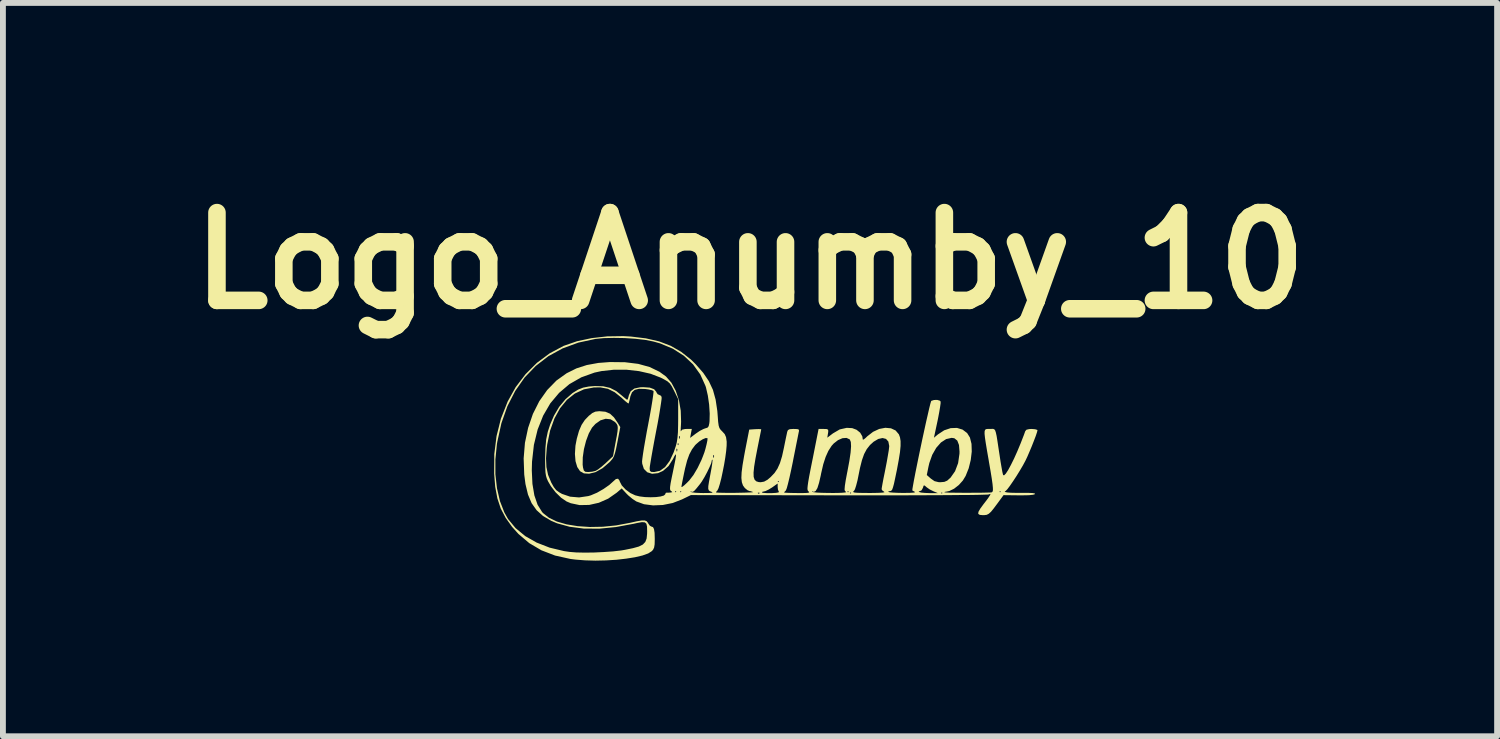
<source format=kicad_pcb>
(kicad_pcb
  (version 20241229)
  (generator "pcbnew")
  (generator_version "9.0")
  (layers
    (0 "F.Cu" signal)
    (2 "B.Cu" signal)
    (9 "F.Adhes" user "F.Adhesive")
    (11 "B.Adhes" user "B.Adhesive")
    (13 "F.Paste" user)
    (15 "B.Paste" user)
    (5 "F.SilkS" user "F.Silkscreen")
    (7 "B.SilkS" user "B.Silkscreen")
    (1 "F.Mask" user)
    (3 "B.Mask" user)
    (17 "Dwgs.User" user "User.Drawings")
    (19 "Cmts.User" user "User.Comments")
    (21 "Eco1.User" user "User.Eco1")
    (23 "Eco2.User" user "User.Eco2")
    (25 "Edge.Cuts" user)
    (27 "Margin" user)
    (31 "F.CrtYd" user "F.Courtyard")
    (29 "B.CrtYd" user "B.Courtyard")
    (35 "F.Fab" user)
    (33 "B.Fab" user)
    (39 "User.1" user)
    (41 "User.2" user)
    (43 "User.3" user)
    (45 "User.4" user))
  (footprint "Logo_Anumby_10"
    (layer "F.Cu")
    (at 10.064 4.604)
    (property "Reference" "Logo_Anumby_10" (at -0.3 -3.2 0) (layer "F.SilkS") (effects (font (size 1.5 1.5) (thickness 0.3))))
    (attr board_only exclude_from_pos_files exclude_from_bom)
    (fp_poly (pts (xy -2.77 -0.619) (xy -2.692 -0.586) (xy -2.625 -0.524) (xy -2.562 -0.433) (xy -2.516 -0.357) (xy -2.565 -0.101) (xy -2.587 0.009) (xy -2.606 0.086) (xy -2.624 0.141) (xy -2.647 0.182) (xy -2.678 0.219) (xy -2.698 0.241) (xy -2.817 0.344) (xy -2.935 0.411) (xy -3.049 0.44) (xy -3.138 0.434) (xy -3.203 0.397) (xy -3.251 0.326) (xy -3.263 0.286) (xy -3.159 0.286) (xy -3.153 0.333) (xy -3.139 0.385) (xy -3.114 0.407) (xy -3.065 0.411) (xy -3.064 0.411) (xy -2.996 0.405) (xy -2.938 0.391) (xy -2.897 0.367) (xy -2.837 0.321) (xy -2.771 0.264) (xy -2.763 0.256) (xy -2.64 0.141) (xy -2.598 -0.087) (xy -2.576 -0.204) (xy -2.563 -0.286) (xy -2.559 -0.343) (xy -2.563 -0.381) (xy -2.577 -0.41) (xy -2.6 -0.437) (xy -2.608 -0.445) (xy -2.681 -0.49) (xy -2.766 -0.499) (xy -2.855 -0.472) (xy -2.941 -0.411) (xy -2.999 -0.347) (xy -3.054 -0.248) (xy -3.101 -0.121) (xy -3.137 0.02) (xy -3.157 0.16) (xy -3.159 0.286) (xy -3.263 0.286) (xy -3.281 0.225) (xy -3.291 0.102) (xy -3.282 -0.039) (xy -3.259 -0.159) (xy -3.221 -0.293) (xy -3.177 -0.395) (xy -3.122 -0.478) (xy -3.055 -0.548) (xy -2.994 -0.597) (xy -2.942 -0.621) (xy -2.879 -0.628) (xy -2.868 -0.628)) (stroke (width 0) (type solid)) (fill yes) (layer "F.SilkS"))
    (fp_poly (pts (xy -2.336 -1.904) (xy -2.079 -1.873) (xy -1.854 -1.822) (xy -1.655 -1.746) (xy -1.476 -1.643) (xy -1.309 -1.511) (xy -1.226 -1.429) (xy -1.099 -1.284) (xy -1.003 -1.142) (xy -0.933 -0.993) (xy -0.887 -0.826) (xy -0.858 -0.632) (xy -0.851 -0.543) (xy -0.844 -0.447) (xy -0.835 -0.383) (xy -0.822 -0.341) (xy -0.801 -0.31) (xy -0.773 -0.282) (xy -0.732 -0.237) (xy -0.709 -0.185) (xy -0.698 -0.108) (xy -0.698 -0.106) (xy -0.699 -0.039) (xy -0.707 0.053) (xy -0.722 0.164) (xy -0.742 0.284) (xy -0.766 0.405) (xy -0.79 0.518) (xy -0.815 0.615) (xy -0.838 0.688) (xy -0.858 0.728) (xy -0.861 0.731) (xy -0.881 0.753) (xy -0.876 0.761) (xy -0.832 0.764) (xy -0.762 0.766) (xy -0.673 0.767) (xy -0.574 0.767) (xy -0.475 0.765) (xy -0.468 0.765) (xy -0.166 0.765) (xy -0.163 0.778) (xy -0.152 0.78) (xy -0.134 0.772) (xy -0.137 0.765) (xy -0.163 0.763) (xy -0.166 0.765) (xy -0.468 0.765) (xy -0.384 0.763) (xy -0.309 0.76) (xy -0.301 0.76) (xy -0.096 0.76) (xy -0.072 0.767) (xy -0.016 0.771) (xy 0.06 0.772) (xy 0.064 0.772) (xy 0.144 0.767) (xy 0.189 0.759) (xy 0.194 0.748) (xy 0.178 0.713) (xy 0.173 0.667) (xy 0.173 0.607) (xy 0.08 0.673) (xy 0.018 0.711) (xy -0.037 0.737) (xy -0.059 0.742) (xy -0.092 0.75) (xy -0.096 0.76) (xy -0.301 0.76) (xy -0.26 0.757) (xy -0.246 0.753) (xy -0.246 0.753) (xy -0.289 0.738) (xy -0.305 0.737) (xy -0.342 0.722) (xy -0.387 0.685) (xy -0.389 0.683) (xy -0.42 0.64) (xy -0.439 0.585) (xy -0.447 0.512) (xy -0.443 0.417) (xy -0.427 0.293) (xy -0.4 0.135) (xy -0.385 0.054) (xy -0.313 -0.314) (xy -0.211 -0.321) (xy -0.151 -0.323) (xy -0.114 -0.321) (xy -0.108 -0.319) (xy -0.112 -0.295) (xy -0.124 -0.237) (xy -0.141 -0.152) (xy -0.162 -0.047) (xy -0.174 0.013) (xy -0.207 0.185) (xy -0.229 0.32) (xy -0.239 0.421) (xy -0.237 0.494) (xy -0.221 0.542) (xy -0.192 0.57) (xy -0.15 0.583) (xy -0.116 0.585) (xy -0.059 0.575) (xy -0.057 0.574) (xy 0.173 0.574) (xy 0.184 0.585) (xy 0.195 0.574) (xy 0.184 0.563) (xy 0.173 0.574) (xy -0.057 0.574) (xy -0.001 0.543) (xy 0.053 0.497) (xy 0.119 0.428) (xy 0.17 0.352) (xy 0.212 0.259) (xy 0.248 0.141) (xy 0.279 -0.000028) (xy 0.299 -0.099) (xy 0.317 -0.186) (xy 0.331 -0.251) (xy 0.336 -0.276) (xy 0.349 -0.306) (xy 0.379 -0.321) (xy 0.437 -0.325) (xy 0.447 -0.325) (xy 0.507 -0.323) (xy 0.534 -0.314) (xy 0.538 -0.292) (xy 0.534 -0.276) (xy 0.527 -0.241) (xy 0.513 -0.17) (xy 0.493 -0.071) (xy 0.469 0.05) (xy 0.442 0.185) (xy 0.432 0.238) (xy 0.402 0.382) (xy 0.374 0.509) (xy 0.349 0.612) (xy 0.329 0.686) (xy 0.314 0.724) (xy 0.311 0.728) (xy 0.286 0.753) (xy 0.282 0.76) (xy 0.302 0.764) (xy 0.356 0.767) (xy 0.436 0.769) (xy 0.511 0.77) (xy 0.613 0.77) (xy 0.676 0.768) (xy 0.708 0.762) (xy 0.712 0.753) (xy 0.703 0.744) (xy 0.701 0.742) (xy 0.76 0.742) (xy 0.763 0.749) (xy 0.788 0.756) (xy 0.844 0.762) (xy 0.924 0.766) (xy 1.017 0.768) (xy 1.113 0.769) (xy 1.126 0.769) (xy 1.408 0.769) (xy 1.418 0.78) (xy 1.429 0.769) (xy 1.418 0.758) (xy 1.408 0.769) (xy 1.126 0.769) (xy 1.204 0.768) (xy 1.278 0.765) (xy 1.328 0.76) (xy 1.343 0.754) (xy 1.336 0.747) (xy 1.364 0.747) (xy 1.375 0.758) (xy 1.386 0.747) (xy 1.383 0.744) (xy 1.464 0.744) (xy 1.466 0.755) (xy 1.489 0.762) (xy 1.539 0.766) (xy 1.622 0.768) (xy 1.741 0.769) (xy 1.765 0.769) (xy 1.885 0.767) (xy 1.962 0.763) (xy 1.997 0.757) (xy 1.993 0.749) (xy 1.958 0.723) (xy 1.949 0.704) (xy 1.953 0.674) (xy 1.964 0.611) (xy 1.981 0.521) (xy 2.003 0.413) (xy 2.014 0.357) (xy 2.037 0.239) (xy 2.056 0.13) (xy 2.071 0.041) (xy 2.078 -0.02) (xy 2.079 -0.034) (xy 2.064 -0.11) (xy 2.024 -0.155) (xy 1.965 -0.17) (xy 1.892 -0.154) (xy 1.813 -0.107) (xy 1.751 -0.051) (xy 1.695 0.02) (xy 1.65 0.104) (xy 1.613 0.209) (xy 1.579 0.344) (xy 1.559 0.444) (xy 1.537 0.553) (xy 1.514 0.642) (xy 1.494 0.704) (xy 1.48 0.729) (xy 1.464 0.744) (xy 1.383 0.744) (xy 1.375 0.736) (xy 1.364 0.747) (xy 1.336 0.747) (xy 1.326 0.735) (xy 1.321 0.732) (xy 1.316 0.709) (xy 1.321 0.647) (xy 1.336 0.55) (xy 1.36 0.422) (xy 1.364 0.403) (xy 1.398 0.221) (xy 1.419 0.078) (xy 1.427 -0.028) (xy 1.423 -0.102) (xy 1.406 -0.144) (xy 1.403 -0.147) (xy 1.35 -0.172) (xy 1.28 -0.167) (xy 1.204 -0.134) (xy 1.131 -0.077) (xy 1.095 -0.037) (xy 1.039 0.05) (xy 0.993 0.152) (xy 0.952 0.278) (xy 0.915 0.438) (xy 0.91 0.466) (xy 0.88 0.596) (xy 0.852 0.685) (xy 0.822 0.735) (xy 0.791 0.75) (xy 0.773 0.743) (xy 0.76 0.742) (xy 0.701 0.742) (xy 0.691 0.733) (xy 0.684 0.716) (xy 0.682 0.689) (xy 0.686 0.645) (xy 0.695 0.58) (xy 0.711 0.488) (xy 0.735 0.364) (xy 0.767 0.204) (xy 0.769 0.196) (xy 0.872 -0.325) (xy 0.959 -0.325) (xy 1.014 -0.323) (xy 1.036 -0.31) (xy 1.037 -0.276) (xy 1.033 -0.25) (xy 1.021 -0.176) (xy 1.117 -0.249) (xy 1.233 -0.317) (xy 1.353 -0.344) (xy 1.447 -0.339) (xy 1.521 -0.311) (xy 1.583 -0.261) (xy 1.619 -0.199) (xy 1.624 -0.168) (xy 1.627 -0.144) (xy 1.641 -0.144) (xy 1.674 -0.17) (xy 1.705 -0.2) (xy 1.803 -0.276) (xy 1.908 -0.325) (xy 2.013 -0.345) (xy 2.109 -0.336) (xy 2.188 -0.299) (xy 2.244 -0.233) (xy 2.263 -0.182) (xy 2.273 -0.118) (xy 2.273 -0.035) (xy 2.263 0.071) (xy 2.241 0.208) (xy 2.209 0.38) (xy 2.207 0.389) (xy 2.18 0.519) (xy 2.16 0.612) (xy 2.143 0.674) (xy 2.129 0.712) (xy 2.114 0.73) (xy 2.098 0.736) (xy 2.094 0.736) (xy 2.065 0.742) (xy 2.065 0.751) (xy 2.092 0.758) (xy 2.152 0.763) (xy 2.237 0.767) (xy 2.317 0.768) (xy 2.427 0.767) (xy 2.495 0.763) (xy 2.521 0.756) (xy 2.517 0.75) (xy 2.503 0.742) (xy 2.581 0.742) (xy 2.592 0.753) (xy 2.626 0.762) (xy 2.689 0.768) (xy 2.765 0.771) (xy 2.912 0.772) (xy 2.904 0.769) (xy 2.967 0.769) (xy 2.977 0.78) (xy 2.988 0.769) (xy 2.977 0.758) (xy 2.967 0.769) (xy 2.904 0.769) (xy 2.837 0.741) (xy 2.772 0.709) (xy 2.718 0.671) (xy 2.715 0.668) (xy 2.682 0.64) (xy 2.666 0.644) (xy 2.655 0.681) (xy 2.631 0.724) (xy 2.603 0.737) (xy 2.581 0.742) (xy 2.503 0.742) (xy 2.483 0.732) (xy 2.474 0.726) (xy 2.475 0.703) (xy 2.485 0.644) (xy 2.501 0.554) (xy 2.519 0.462) (xy 2.721 0.462) (xy 2.79 0.523) (xy 2.853 0.567) (xy 2.922 0.584) (xy 2.955 0.585) (xy 3.021 0.579) (xy 3.07 0.558) (xy 3.123 0.51) (xy 3.127 0.507) (xy 3.204 0.397) (xy 3.256 0.259) (xy 3.279 0.099) (xy 3.28 0.062) (xy 3.271 -0.051) (xy 3.242 -0.126) (xy 3.192 -0.166) (xy 3.146 -0.173) (xy 3.052 -0.152) (xy 2.963 -0.094) (xy 2.882 -0.002) (xy 2.814 0.117) (xy 2.764 0.258) (xy 2.749 0.323) (xy 2.721 0.462) (xy 2.519 0.462) (xy 2.523 0.44) (xy 2.55 0.306) (xy 2.58 0.159) (xy 2.612 0.005) (xy 2.645 -0.151) (xy 2.678 -0.303) (xy 2.709 -0.445) (xy 2.738 -0.571) (xy 2.762 -0.676) (xy 2.781 -0.753) (xy 2.794 -0.797) (xy 2.798 -0.805) (xy 2.845 -0.82) (xy 2.9 -0.821) (xy 2.944 -0.808) (xy 2.957 -0.794) (xy 2.957 -0.764) (xy 2.948 -0.699) (xy 2.933 -0.61) (xy 2.913 -0.504) (xy 2.906 -0.47) (xy 2.843 -0.175) (xy 2.91 -0.231) (xy 3.018 -0.302) (xy 3.129 -0.339) (xy 3.236 -0.343) (xy 3.332 -0.314) (xy 3.41 -0.255) (xy 3.458 -0.178) (xy 3.485 -0.07) (xy 3.489 0.062) (xy 3.472 0.205) (xy 3.437 0.347) (xy 3.385 0.477) (xy 3.337 0.556) (xy 3.268 0.633) (xy 3.187 0.696) (xy 3.107 0.735) (xy 3.065 0.744) (xy 3.029 0.75) (xy 3.021 0.758) (xy 3.043 0.76) (xy 3.1 0.763) (xy 3.184 0.764) (xy 3.286 0.765) (xy 3.4 0.766) (xy 3.515 0.765) (xy 3.624 0.765) (xy 3.719 0.763) (xy 3.792 0.761) (xy 3.816 0.76) (xy 3.833 0.757) (xy 3.843 0.747) (xy 3.963 0.747) (xy 3.973 0.758) (xy 3.984 0.747) (xy 3.973 0.736) (xy 3.963 0.747) (xy 3.843 0.747) (xy 3.845 0.745) (xy 3.851 0.721) (xy 3.85 0.679) (xy 3.844 0.615) (xy 3.831 0.523) (xy 3.811 0.399) (xy 3.783 0.238) (xy 3.779 0.212) (xy 3.75 0.046) (xy 3.729 -0.081) (xy 3.715 -0.175) (xy 3.708 -0.242) (xy 3.709 -0.285) (xy 3.717 -0.31) (xy 3.734 -0.322) (xy 3.759 -0.325) (xy 3.792 -0.325) (xy 3.798 -0.325) (xy 3.831 -0.326) (xy 3.855 -0.326) (xy 3.874 -0.319) (xy 3.889 -0.3) (xy 3.901 -0.264) (xy 3.914 -0.205) (xy 3.928 -0.118) (xy 3.946 0.002) (xy 3.964 0.119) (xy 3.981 0.232) (xy 3.998 0.331) (xy 4.012 0.409) (xy 4.023 0.455) (xy 4.025 0.462) (xy 4.041 0.468) (xy 4.071 0.438) (xy 4.111 0.377) (xy 4.158 0.29) (xy 4.212 0.181) (xy 4.268 0.056) (xy 4.325 -0.081) (xy 4.381 -0.225) (xy 4.403 -0.287) (xy 4.424 -0.312) (xy 4.472 -0.323) (xy 4.514 -0.325) (xy 4.572 -0.32) (xy 4.608 -0.309) (xy 4.612 -0.302) (xy 4.604 -0.269) (xy 4.583 -0.206) (xy 4.551 -0.122) (xy 4.514 -0.028) (xy 4.474 0.067) (xy 4.437 0.153) (xy 4.406 0.218) (xy 4.363 0.298) (xy 4.31 0.388) (xy 4.252 0.482) (xy 4.194 0.57) (xy 4.141 0.647) (xy 4.098 0.704) (xy 4.069 0.734) (xy 4.063 0.737) (xy 4.051 0.743) (xy 4.065 0.754) (xy 4.096 0.76) (xy 4.16 0.765) (xy 4.249 0.767) (xy 4.341 0.767) (xy 4.454 0.767) (xy 4.528 0.77) (xy 4.566 0.777) (xy 4.571 0.788) (xy 4.571 0.788) (xy 4.539 0.799) (xy 4.466 0.807) (xy 4.356 0.809) (xy 4.292 0.809) (xy 4.032 0.806) (xy 3.93 0.945) (xy 3.865 1.032) (xy 3.818 1.09) (xy 3.78 1.124) (xy 3.745 1.142) (xy 3.706 1.147) (xy 3.68 1.148) (xy 3.626 1.143) (xy 3.6 1.126) (xy 3.603 1.092) (xy 3.634 1.037) (xy 3.694 0.955) (xy 3.703 0.944) (xy 3.766 0.861) (xy 3.802 0.806) (xy 3.81 0.783) (xy 3.789 0.79) (xy 3.784 0.793) (xy 3.759 0.796) (xy 3.693 0.798) (xy 3.589 0.801) (xy 3.448 0.803) (xy 3.274 0.804) (xy 3.069 0.806) (xy 2.836 0.807) (xy 2.575 0.808) (xy 2.292 0.809) (xy 1.986 0.809) (xy 1.662 0.809) (xy 1.321 0.809) (xy 1.223 0.809) (xy -1.31 0.805) (xy -1.462 0.879) (xy -1.62 0.94) (xy -1.788 0.974) (xy -1.956 0.981) (xy -2.111 0.961) (xy -2.243 0.913) (xy -2.308 0.87) (xy -2.379 0.811) (xy -2.41 0.78) (xy -2.492 0.691) (xy -2.577 0.764) (xy -2.723 0.866) (xy -2.882 0.936) (xy -3.047 0.973) (xy -3.21 0.976) (xy -3.362 0.944) (xy -3.435 0.913) (xy -3.527 0.85) (xy -3.62 0.759) (xy -3.701 0.654) (xy -3.75 0.57) (xy -3.771 0.523) (xy -3.785 0.476) (xy -3.794 0.42) (xy -3.798 0.345) (xy -3.8 0.241) (xy -3.8 0.177) (xy -3.785 0.177) (xy -3.778 0.327) (xy -3.75 0.459) (xy -3.698 0.585) (xy -3.696 0.59) (xy -3.652 0.668) (xy -3.611 0.72) (xy -3.557 0.759) (xy -3.511 0.785) (xy -3.373 0.832) (xy -3.22 0.845) (xy -3.063 0.822) (xy -3.019 0.809) (xy -2.913 0.764) (xy -2.803 0.701) (xy -2.704 0.632) (xy -2.643 0.577) (xy -2.591 0.531) (xy -2.554 0.525) (xy -2.529 0.558) (xy -2.525 0.573) (xy -2.49 0.64) (xy -2.426 0.709) (xy -2.344 0.77) (xy -2.261 0.809) (xy -2.184 0.828) (xy -2.094 0.839) (xy -1.998 0.842) (xy -1.906 0.839) (xy -1.828 0.829) (xy -1.772 0.813) (xy -1.748 0.792) (xy -1.748 0.786) (xy -1.736 0.765) (xy -1.726 0.764) (xy -1.683 0.763) (xy -1.657 0.761) (xy -1.628 0.755) (xy -1.634 0.747) (xy -1.581 0.747) (xy -1.57 0.758) (xy -1.559 0.747) (xy -1.494 0.747) (xy -1.483 0.758) (xy -1.472 0.747) (xy -1.478 0.742) (xy -1.318 0.742) (xy -1.315 0.749) (xy -1.29 0.758) (xy -1.231 0.765) (xy -1.15 0.769) (xy -1.101 0.77) (xy -1.009 0.769) (xy -0.956 0.766) (xy -0.938 0.761) (xy -0.952 0.752) (xy -0.958 0.749) (xy -0.987 0.738) (xy -1.005 0.722) (xy -1.013 0.696) (xy -1.012 0.651) (xy -1.001 0.581) (xy -0.982 0.477) (xy -0.974 0.435) (xy -0.957 0.342) (xy -0.945 0.265) (xy -0.94 0.214) (xy -0.941 0.199) (xy -0.951 0.205) (xy -0.953 0.218) (xy -0.963 0.262) (xy -0.992 0.33) (xy -1.032 0.413) (xy -1.077 0.497) (xy -1.123 0.573) (xy -1.153 0.615) (xy -1.211 0.687) (xy -1.249 0.73) (xy -1.275 0.748) (xy -1.295 0.749) (xy -1.302 0.745) (xy -1.318 0.742) (xy -1.478 0.742) (xy -1.483 0.736) (xy -1.494 0.747) (xy -1.559 0.747) (xy -1.57 0.736) (xy -1.581 0.747) (xy -1.634 0.747) (xy -1.639 0.741) (xy -1.647 0.737) (xy -1.66 0.725) (xy -1.666 0.703) (xy -1.665 0.666) (xy -1.472 0.666) (xy -1.459 0.665) (xy -1.424 0.639) (xy -1.377 0.595) (xy -1.336 0.553) (xy -1.266 0.462) (xy -1.195 0.342) (xy -1.13 0.207) (xy -1.103 0.139) (xy -0.929 0.139) (xy -0.925 0.167) (xy -0.918 0.167) (xy -0.913 0.138) (xy -0.916 0.126) (xy -0.926 0.118) (xy -0.929 0.139) (xy -1.103 0.139) (xy -1.078 0.072) (xy -1.061 0.015) (xy -1.041 -0.065) (xy -1.028 -0.128) (xy -1.025 -0.164) (xy -1.026 -0.167) (xy -1.057 -0.17) (xy -1.107 -0.149) (xy -1.166 -0.112) (xy -1.221 -0.064) (xy -1.237 -0.048) (xy -1.291 0.024) (xy -1.336 0.109) (xy -1.374 0.214) (xy -1.409 0.349) (xy -1.427 0.433) (xy -1.446 0.526) (xy -1.461 0.602) (xy -1.47 0.652) (xy -1.472 0.666) (xy -1.665 0.666) (xy -1.665 0.665) (xy -1.656 0.602) (xy -1.638 0.51) (xy -1.621 0.429) (xy -1.593 0.293) (xy -1.574 0.197) (xy -1.565 0.137) (xy -1.566 0.11) (xy -1.575 0.114) (xy -1.594 0.146) (xy -1.615 0.189) (xy -1.691 0.308) (xy -1.785 0.391) (xy -1.871 0.43) (xy -1.973 0.441) (xy -2.055 0.415) (xy -2.113 0.357) (xy -2.141 0.269) (xy -2.144 0.23) (xy -2.139 0.184) (xy -2.128 0.103) (xy -2.111 -0.007) (xy -2.088 -0.138) (xy -2.062 -0.285) (xy -2.039 -0.405) (xy -2.011 -0.554) (xy -1.987 -0.689) (xy -1.968 -0.805) (xy -1.955 -0.894) (xy -1.948 -0.953) (xy -1.948 -0.974) (xy -1.976 -0.987) (xy -2.033 -1) (xy -2.091 -1.008) (xy -2.197 -1.011) (xy -2.269 -0.993) (xy -2.316 -0.951) (xy -2.344 -0.882) (xy -2.347 -0.866) (xy -2.361 -0.806) (xy -2.371 -0.767) (xy -2.374 -0.76) (xy -2.392 -0.769) (xy -2.433 -0.802) (xy -2.488 -0.852) (xy -2.495 -0.859) (xy -2.612 -0.953) (xy -2.728 -1.011) (xy -2.854 -1.035) (xy -2.966 -1.034) (xy -3.137 -1.002) (xy -3.292 -0.93) (xy -3.428 -0.822) (xy -3.545 -0.679) (xy -3.641 -0.504) (xy -3.715 -0.297) (xy -3.764 -0.062) (xy -3.772 0) (xy -3.785 0.177) (xy -3.8 0.177) (xy -3.8 0.173) (xy -3.795 -0.001) (xy -3.782 -0.146) (xy -3.755 -0.276) (xy -3.714 -0.402) (xy -3.655 -0.539) (xy -3.646 -0.558) (xy -3.561 -0.702) (xy -3.452 -0.833) (xy -3.331 -0.939) (xy -3.235 -0.998) (xy -3.151 -1.031) (xy -3.054 -1.05) (xy -2.953 -1.058) (xy -2.809 -1.054) (xy -2.691 -1.027) (xy -2.584 -0.972) (xy -2.496 -0.901) (xy -2.445 -0.858) (xy -2.408 -0.829) (xy -2.397 -0.823) (xy -2.385 -0.842) (xy -2.372 -0.888) (xy -2.37 -0.899) (xy -2.338 -0.97) (xy -2.275 -1.016) (xy -2.177 -1.037) (xy -2.125 -1.039) (xy -2.012 -1.031) (xy -1.938 -1.004) (xy -1.901 -0.96) (xy -1.9 -0.954) (xy -1.877 -0.918) (xy -1.855 -0.909) (xy -1.821 -0.892) (xy -1.81 -0.871) (xy -1.81 -0.84) (xy -1.819 -0.773) (xy -1.834 -0.675) (xy -1.854 -0.553) (xy -1.879 -0.413) (xy -1.906 -0.274) (xy -1.935 -0.121) (xy -1.961 0.021) (xy -1.983 0.145) (xy -2 0.246) (xy -2.011 0.316) (xy -2.014 0.348) (xy -2.01 0.39) (xy -1.989 0.408) (xy -1.939 0.411) (xy -1.935 0.411) (xy -1.839 0.39) (xy -1.751 0.327) (xy -1.673 0.222) (xy -1.604 0.075) (xy -1.589 0.031) (xy -1.557 0.031) (xy -1.553 0.059) (xy -1.546 0.059) (xy -1.541 0.03) (xy -1.544 0.018) (xy -1.554 0.009) (xy -1.557 0.031) (xy -1.589 0.031) (xy -1.567 -0.033) (xy -1.559 -0.065) (xy -1.537 -0.065) (xy -1.53 -0.047) (xy -1.523 -0.051) (xy -1.52 -0.076) (xy -1.523 -0.079) (xy -1.536 -0.076) (xy -1.537 -0.065) (xy -1.559 -0.065) (xy -1.55 -0.1) (xy -1.539 -0.175) (xy -1.538 -0.186) (xy -1.514 -0.186) (xy -1.51 -0.158) (xy -1.503 -0.157) (xy -1.498 -0.186) (xy -1.501 -0.199) (xy -1.511 -0.207) (xy -1.514 -0.186) (xy -1.538 -0.186) (xy -1.531 -0.27) (xy -1.528 -0.393) (xy -1.527 -0.498) (xy -1.527 -0.834) (xy -1.598 -0.979) (xy -1.636 -1.053) (xy -1.67 -1.103) (xy -1.712 -1.14) (xy -1.773 -1.175) (xy -1.826 -1.202) (xy -1.998 -1.268) (xy -2.196 -1.313) (xy -2.409 -1.337) (xy -2.626 -1.337) (xy -2.836 -1.314) (xy -2.956 -1.288) (xy -3.182 -1.207) (xy -3.385 -1.091) (xy -3.561 -0.942) (xy -3.712 -0.762) (xy -3.834 -0.552) (xy -3.928 -0.315) (xy -3.992 -0.053) (xy -4.024 0.233) (xy -4.028 0.381) (xy -4.017 0.614) (xy -3.984 0.81) (xy -3.929 0.97) (xy -3.852 1.094) (xy -3.836 1.112) (xy -3.735 1.192) (xy -3.599 1.257) (xy -3.433 1.305) (xy -3.243 1.336) (xy -3.036 1.35) (xy -2.815 1.346) (xy -2.587 1.323) (xy -2.357 1.28) (xy -2.342 1.277) (xy -2.23 1.252) (xy -2.152 1.239) (xy -2.1 1.238) (xy -2.067 1.25) (xy -2.046 1.275) (xy -2.039 1.288) (xy -2.011 1.328) (xy -1.984 1.343) (xy -1.957 1.352) (xy -1.94 1.386) (xy -1.93 1.449) (xy -1.927 1.548) (xy -1.927 1.562) (xy -1.929 1.646) (xy -1.938 1.701) (xy -1.956 1.739) (xy -1.978 1.763) (xy -2.039 1.802) (xy -2.137 1.837) (xy -2.265 1.867) (xy -2.416 1.891) (xy -2.583 1.91) (xy -2.76 1.921) (xy -2.94 1.925) (xy -3.117 1.92) (xy -3.283 1.907) (xy -3.368 1.896) (xy -3.63 1.838) (xy -3.864 1.748) (xy -4.071 1.626) (xy -4.256 1.469) (xy -4.364 1.349) (xy -4.474 1.195) (xy -4.558 1.036) (xy -4.616 0.861) (xy -4.653 0.664) (xy -4.671 0.438) (xy -4.669 0.196) (xy -4.65 0.196) (xy -4.65 0.449) (xy -4.623 0.688) (xy -4.572 0.908) (xy -4.497 1.101) (xy -4.434 1.213) (xy -4.305 1.369) (xy -4.141 1.505) (xy -3.946 1.616) (xy -3.723 1.703) (xy -3.476 1.762) (xy -3.38 1.776) (xy -3.267 1.785) (xy -3.124 1.788) (xy -2.963 1.786) (xy -2.797 1.778) (xy -2.639 1.767) (xy -2.5 1.751) (xy -2.436 1.74) (xy -2.299 1.712) (xy -2.199 1.684) (xy -2.131 1.65) (xy -2.089 1.606) (xy -2.066 1.547) (xy -2.058 1.468) (xy -2.057 1.422) (xy -2.059 1.344) (xy -2.07 1.295) (xy -2.096 1.271) (xy -2.145 1.267) (xy -2.225 1.281) (xy -2.287 1.295) (xy -2.591 1.351) (xy -2.876 1.379) (xy -3.141 1.377) (xy -3.382 1.346) (xy -3.596 1.287) (xy -3.697 1.244) (xy -3.836 1.162) (xy -3.946 1.063) (xy -4.031 0.943) (xy -4.093 0.796) (xy -4.136 0.617) (xy -4.157 0.455) (xy -4.167 0.179) (xy -4.145 -0.088) (xy -4.091 -0.343) (xy -4.009 -0.582) (xy -3.9 -0.799) (xy -3.765 -0.99) (xy -3.607 -1.152) (xy -3.432 -1.277) (xy -3.265 -1.36) (xy -3.088 -1.417) (xy -2.891 -1.453) (xy -2.694 -1.468) (xy -2.435 -1.465) (xy -2.209 -1.437) (xy -2.014 -1.383) (xy -1.846 -1.302) (xy -1.735 -1.221) (xy -1.643 -1.116) (xy -1.569 -0.979) (xy -1.514 -0.816) (xy -1.483 -0.637) (xy -1.477 -0.449) (xy -1.479 -0.403) (xy -1.483 -0.334) (xy -1.484 -0.292) (xy -1.481 -0.284) (xy -1.48 -0.287) (xy -1.459 -0.313) (xy -1.409 -0.324) (xy -1.382 -0.325) (xy -1.294 -0.325) (xy -1.309 -0.248) (xy -1.323 -0.172) (xy -1.225 -0.246) (xy -1.159 -0.291) (xy -1.095 -0.324) (xy -1.065 -0.335) (xy -1.026 -0.347) (xy -1.006 -0.372) (xy -0.995 -0.421) (xy -0.991 -0.457) (xy -0.988 -0.589) (xy -0.998 -0.742) (xy -1.02 -0.895) (xy -1.051 -1.03) (xy -1.06 -1.059) (xy -1.149 -1.256) (xy -1.273 -1.429) (xy -1.43 -1.576) (xy -1.618 -1.696) (xy -1.836 -1.787) (xy -1.954 -1.82) (xy -2.093 -1.847) (xy -2.26 -1.866) (xy -2.442 -1.878) (xy -2.626 -1.881) (xy -2.797 -1.877) (xy -2.941 -1.863) (xy -3.233 -1.8) (xy -3.502 -1.701) (xy -3.745 -1.568) (xy -3.961 -1.401) (xy -4.151 -1.203) (xy -4.312 -0.973) (xy -4.445 -0.713) (xy -4.547 -0.424) (xy -4.617 -0.107) (xy -4.624 -0.065) (xy -4.65 0.196) (xy -4.669 0.196) (xy -4.669 0.107) (xy -4.63 -0.204) (xy -4.556 -0.499) (xy -4.444 -0.784) (xy -4.44 -0.794) (xy -4.303 -1.04) (xy -4.134 -1.262) (xy -3.939 -1.456) (xy -3.721 -1.618) (xy -3.485 -1.744) (xy -3.474 -1.748) (xy -3.254 -1.824) (xy -3.005 -1.877) (xy -2.738 -1.907) (xy -2.462 -1.911)) (stroke (width 0) (type solid)) (fill yes) (layer "F.SilkS")))
  (gr_rect
    (start -3 -3)
    (end 22.529 9.529)
    (stroke (width 0.1) (type default))
    (fill no)
    (layer "Edge.Cuts")))
</source>
